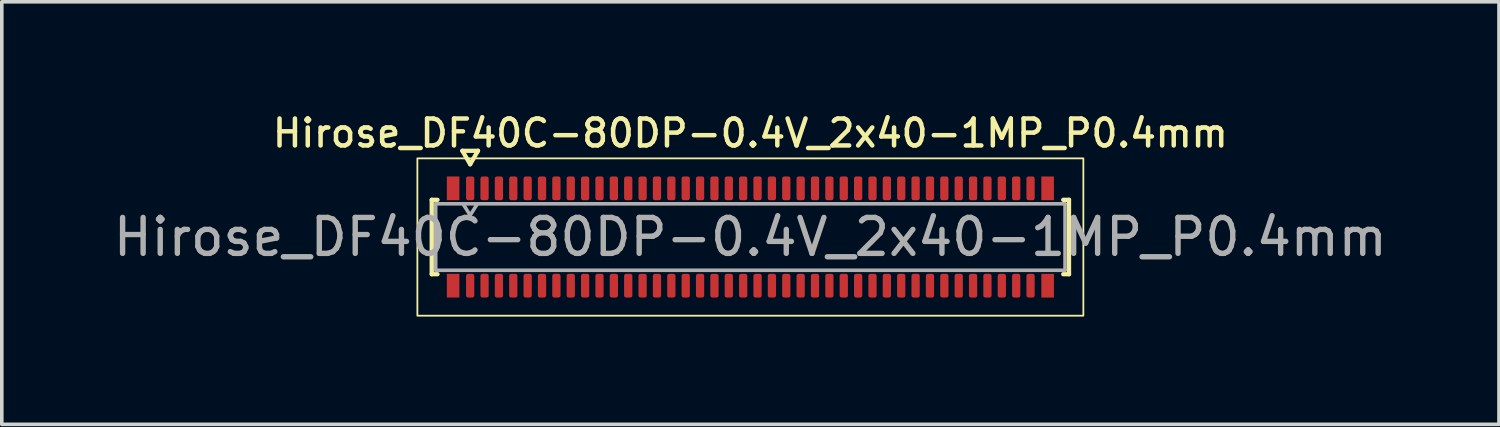
<source format=kicad_pcb>
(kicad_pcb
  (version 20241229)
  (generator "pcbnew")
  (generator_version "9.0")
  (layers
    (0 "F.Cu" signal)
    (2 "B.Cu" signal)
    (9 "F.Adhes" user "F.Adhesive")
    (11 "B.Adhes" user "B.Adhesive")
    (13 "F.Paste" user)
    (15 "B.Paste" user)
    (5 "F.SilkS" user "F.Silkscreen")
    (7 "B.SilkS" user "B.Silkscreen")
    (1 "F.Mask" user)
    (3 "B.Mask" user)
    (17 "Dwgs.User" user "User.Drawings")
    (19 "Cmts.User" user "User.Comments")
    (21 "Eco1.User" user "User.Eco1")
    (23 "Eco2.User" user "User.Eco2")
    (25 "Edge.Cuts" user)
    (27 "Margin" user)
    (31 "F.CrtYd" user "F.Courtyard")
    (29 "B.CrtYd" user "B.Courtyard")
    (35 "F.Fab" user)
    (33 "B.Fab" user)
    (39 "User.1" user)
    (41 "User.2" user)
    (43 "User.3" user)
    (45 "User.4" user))
  (footprint "Hirose_DF40C-80DP-0.4V_2x40-1MP_P0.4mm"
    (layer "F.Cu")
    (at 17.839 3.548)
    (property "Reference" "Hirose_DF40C-80DP-0.4V_2x40-1MP_P0.4mm" (at 0 -2.89 0) (layer "F.SilkS") (effects (font (size 0.75 0.75) (thickness 0.125))))
    (attr smd)
    (fp_line (start -8.87 -1.035) (end -8.71 -1.035) (stroke (width 0.12) (type solid)) (layer "F.SilkS"))
    (fp_line (start -8.87 1.035) (end -8.87 -1.035) (stroke (width 0.12) (type solid)) (layer "F.SilkS"))
    (fp_line (start -8.71 1.035) (end -8.87 1.035) (stroke (width 0.12) (type solid)) (layer "F.SilkS"))
    (fp_line (start -8.017 -2.4) (end -7.8 -2.025) (stroke (width 0.12) (type solid)) (layer "F.SilkS"))
    (fp_line (start -7.8 -2.025) (end -7.583 -2.4) (stroke (width 0.12) (type solid)) (layer "F.SilkS"))
    (fp_line (start -7.583 -2.4) (end -8.017 -2.4) (stroke (width 0.12) (type solid)) (layer "F.SilkS"))
    (fp_line (start 8.71 -1.035) (end 8.87 -1.035) (stroke (width 0.12) (type solid)) (layer "F.SilkS"))
    (fp_line (start 8.87 -1.035) (end 8.87 1.035) (stroke (width 0.12) (type solid)) (layer "F.SilkS"))
    (fp_line (start 8.87 1.035) (end 8.71 1.035) (stroke (width 0.12) (type solid)) (layer "F.SilkS"))
    (fp_rect (start -9.27 -2.19) (end 9.27 2.19) (stroke (width 0.05) (type solid)) (fill no) (layer "F.SilkS"))
    (fp_line (start -8.76 -0.925) (end 8.76 -0.925) (stroke (width 0.1) (type solid)) (layer "F.Fab"))
    (fp_line (start -8.76 0.925) (end -8.76 -0.925) (stroke (width 0.1) (type solid)) (layer "F.Fab"))
    (fp_line (start -8 -0.925) (end -7.8 -0.605) (stroke (width 0.1) (type solid)) (layer "F.Fab"))
    (fp_line (start -7.8 -0.605) (end -7.6 -0.925) (stroke (width 0.1) (type solid)) (layer "F.Fab"))
    (fp_line (start 8.76 -0.925) (end 8.76 0.925) (stroke (width 0.1) (type solid)) (layer "F.Fab"))
    (fp_line (start 8.76 0.925) (end -8.76 0.925) (stroke (width 0.1) (type solid)) (layer "F.Fab"))
    (fp_text user "${REFERENCE}" (at 0 0 0) (layer "F.Fab") (effects (font (size 1 1) (thickness 0.15))))
    (pad "1" smd roundrect (at -7.8 -1.355) (size 0.23 0.66) (layers "F.Cu" "F.Mask" "F.Paste") (roundrect_rratio 0.25))
    (pad "2" smd roundrect (at -7.8 1.355) (size 0.23 0.66) (layers "F.Cu" "F.Mask" "F.Paste") (roundrect_rratio 0.25))
    (pad "3" smd roundrect (at -7.4 -1.355) (size 0.23 0.66) (layers "F.Cu" "F.Mask" "F.Paste") (roundrect_rratio 0.25))
    (pad "4" smd roundrect (at -7.4 1.355) (size 0.23 0.66) (layers "F.Cu" "F.Mask" "F.Paste") (roundrect_rratio 0.25))
    (pad "5" smd roundrect (at -7 -1.355) (size 0.23 0.66) (layers "F.Cu" "F.Mask" "F.Paste") (roundrect_rratio 0.25))
    (pad "6" smd roundrect (at -7 1.355) (size 0.23 0.66) (layers "F.Cu" "F.Mask" "F.Paste") (roundrect_rratio 0.25))
    (pad "7" smd roundrect (at -6.6 -1.355) (size 0.23 0.66) (layers "F.Cu" "F.Mask" "F.Paste") (roundrect_rratio 0.25))
    (pad "8" smd roundrect (at -6.6 1.355) (size 0.23 0.66) (layers "F.Cu" "F.Mask" "F.Paste") (roundrect_rratio 0.25))
    (pad "9" smd roundrect (at -6.2 -1.355) (size 0.23 0.66) (layers "F.Cu" "F.Mask" "F.Paste") (roundrect_rratio 0.25))
    (pad "10" smd roundrect (at -6.2 1.355) (size 0.23 0.66) (layers "F.Cu" "F.Mask" "F.Paste") (roundrect_rratio 0.25))
    (pad "11" smd roundrect (at -5.8 -1.355) (size 0.23 0.66) (layers "F.Cu" "F.Mask" "F.Paste") (roundrect_rratio 0.25))
    (pad "12" smd roundrect (at -5.8 1.355) (size 0.23 0.66) (layers "F.Cu" "F.Mask" "F.Paste") (roundrect_rratio 0.25))
    (pad "13" smd roundrect (at -5.4 -1.355) (size 0.23 0.66) (layers "F.Cu" "F.Mask" "F.Paste") (roundrect_rratio 0.25))
    (pad "14" smd roundrect (at -5.4 1.355) (size 0.23 0.66) (layers "F.Cu" "F.Mask" "F.Paste") (roundrect_rratio 0.25))
    (pad "15" smd roundrect (at -5 -1.355) (size 0.23 0.66) (layers "F.Cu" "F.Mask" "F.Paste") (roundrect_rratio 0.25))
    (pad "16" smd roundrect (at -5 1.355) (size 0.23 0.66) (layers "F.Cu" "F.Mask" "F.Paste") (roundrect_rratio 0.25))
    (pad "17" smd roundrect (at -4.6 -1.355) (size 0.23 0.66) (layers "F.Cu" "F.Mask" "F.Paste") (roundrect_rratio 0.25))
    (pad "18" smd roundrect (at -4.6 1.355) (size 0.23 0.66) (layers "F.Cu" "F.Mask" "F.Paste") (roundrect_rratio 0.25))
    (pad "19" smd roundrect (at -4.2 -1.355) (size 0.23 0.66) (layers "F.Cu" "F.Mask" "F.Paste") (roundrect_rratio 0.25))
    (pad "20" smd roundrect (at -4.2 1.355) (size 0.23 0.66) (layers "F.Cu" "F.Mask" "F.Paste") (roundrect_rratio 0.25))
    (pad "21" smd roundrect (at -3.8 -1.355) (size 0.23 0.66) (layers "F.Cu" "F.Mask" "F.Paste") (roundrect_rratio 0.25))
    (pad "22" smd roundrect (at -3.8 1.355) (size 0.23 0.66) (layers "F.Cu" "F.Mask" "F.Paste") (roundrect_rratio 0.25))
    (pad "23" smd roundrect (at -3.4 -1.355) (size 0.23 0.66) (layers "F.Cu" "F.Mask" "F.Paste") (roundrect_rratio 0.25))
    (pad "24" smd roundrect (at -3.4 1.355) (size 0.23 0.66) (layers "F.Cu" "F.Mask" "F.Paste") (roundrect_rratio 0.25))
    (pad "25" smd roundrect (at -3 -1.355) (size 0.23 0.66) (layers "F.Cu" "F.Mask" "F.Paste") (roundrect_rratio 0.25))
    (pad "26" smd roundrect (at -3 1.355) (size 0.23 0.66) (layers "F.Cu" "F.Mask" "F.Paste") (roundrect_rratio 0.25))
    (pad "27" smd roundrect (at -2.6 -1.355) (size 0.23 0.66) (layers "F.Cu" "F.Mask" "F.Paste") (roundrect_rratio 0.25))
    (pad "28" smd roundrect (at -2.6 1.355) (size 0.23 0.66) (layers "F.Cu" "F.Mask" "F.Paste") (roundrect_rratio 0.25))
    (pad "29" smd roundrect (at -2.2 -1.355) (size 0.23 0.66) (layers "F.Cu" "F.Mask" "F.Paste") (roundrect_rratio 0.25))
    (pad "30" smd roundrect (at -2.2 1.355) (size 0.23 0.66) (layers "F.Cu" "F.Mask" "F.Paste") (roundrect_rratio 0.25))
    (pad "31" smd roundrect (at -1.8 -1.355) (size 0.23 0.66) (layers "F.Cu" "F.Mask" "F.Paste") (roundrect_rratio 0.25))
    (pad "32" smd roundrect (at -1.8 1.355) (size 0.23 0.66) (layers "F.Cu" "F.Mask" "F.Paste") (roundrect_rratio 0.25))
    (pad "33" smd roundrect (at -1.4 -1.355) (size 0.23 0.66) (layers "F.Cu" "F.Mask" "F.Paste") (roundrect_rratio 0.25))
    (pad "34" smd roundrect (at -1.4 1.355) (size 0.23 0.66) (layers "F.Cu" "F.Mask" "F.Paste") (roundrect_rratio 0.25))
    (pad "35" smd roundrect (at -1 -1.355) (size 0.23 0.66) (layers "F.Cu" "F.Mask" "F.Paste") (roundrect_rratio 0.25))
    (pad "36" smd roundrect (at -1 1.355) (size 0.23 0.66) (layers "F.Cu" "F.Mask" "F.Paste") (roundrect_rratio 0.25))
    (pad "37" smd roundrect (at -0.6 -1.355) (size 0.23 0.66) (layers "F.Cu" "F.Mask" "F.Paste") (roundrect_rratio 0.25))
    (pad "38" smd roundrect (at -0.6 1.355) (size 0.23 0.66) (layers "F.Cu" "F.Mask" "F.Paste") (roundrect_rratio 0.25))
    (pad "39" smd roundrect (at -0.2 -1.355) (size 0.23 0.66) (layers "F.Cu" "F.Mask" "F.Paste") (roundrect_rratio 0.25))
    (pad "40" smd roundrect (at -0.2 1.355) (size 0.23 0.66) (layers "F.Cu" "F.Mask" "F.Paste") (roundrect_rratio 0.25))
    (pad "41" smd roundrect (at 0.2 -1.355) (size 0.23 0.66) (layers "F.Cu" "F.Mask" "F.Paste") (roundrect_rratio 0.25))
    (pad "42" smd roundrect (at 0.2 1.355) (size 0.23 0.66) (layers "F.Cu" "F.Mask" "F.Paste") (roundrect_rratio 0.25))
    (pad "43" smd roundrect (at 0.6 -1.355) (size 0.23 0.66) (layers "F.Cu" "F.Mask" "F.Paste") (roundrect_rratio 0.25))
    (pad "44" smd roundrect (at 0.6 1.355) (size 0.23 0.66) (layers "F.Cu" "F.Mask" "F.Paste") (roundrect_rratio 0.25))
    (pad "45" smd roundrect (at 1 -1.355) (size 0.23 0.66) (layers "F.Cu" "F.Mask" "F.Paste") (roundrect_rratio 0.25))
    (pad "46" smd roundrect (at 1 1.355) (size 0.23 0.66) (layers "F.Cu" "F.Mask" "F.Paste") (roundrect_rratio 0.25))
    (pad "47" smd roundrect (at 1.4 -1.355) (size 0.23 0.66) (layers "F.Cu" "F.Mask" "F.Paste") (roundrect_rratio 0.25))
    (pad "48" smd roundrect (at 1.4 1.355) (size 0.23 0.66) (layers "F.Cu" "F.Mask" "F.Paste") (roundrect_rratio 0.25))
    (pad "49" smd roundrect (at 1.8 -1.355) (size 0.23 0.66) (layers "F.Cu" "F.Mask" "F.Paste") (roundrect_rratio 0.25))
    (pad "50" smd roundrect (at 1.8 1.355) (size 0.23 0.66) (layers "F.Cu" "F.Mask" "F.Paste") (roundrect_rratio 0.25))
    (pad "51" smd roundrect (at 2.2 -1.355) (size 0.23 0.66) (layers "F.Cu" "F.Mask" "F.Paste") (roundrect_rratio 0.25))
    (pad "52" smd roundrect (at 2.2 1.355) (size 0.23 0.66) (layers "F.Cu" "F.Mask" "F.Paste") (roundrect_rratio 0.25))
    (pad "53" smd roundrect (at 2.6 -1.355) (size 0.23 0.66) (layers "F.Cu" "F.Mask" "F.Paste") (roundrect_rratio 0.25))
    (pad "54" smd roundrect (at 2.6 1.355) (size 0.23 0.66) (layers "F.Cu" "F.Mask" "F.Paste") (roundrect_rratio 0.25))
    (pad "55" smd roundrect (at 3 -1.355) (size 0.23 0.66) (layers "F.Cu" "F.Mask" "F.Paste") (roundrect_rratio 0.25))
    (pad "56" smd roundrect (at 3 1.355) (size 0.23 0.66) (layers "F.Cu" "F.Mask" "F.Paste") (roundrect_rratio 0.25))
    (pad "57" smd roundrect (at 3.4 -1.355) (size 0.23 0.66) (layers "F.Cu" "F.Mask" "F.Paste") (roundrect_rratio 0.25))
    (pad "58" smd roundrect (at 3.4 1.355) (size 0.23 0.66) (layers "F.Cu" "F.Mask" "F.Paste") (roundrect_rratio 0.25))
    (pad "59" smd roundrect (at 3.8 -1.355) (size 0.23 0.66) (layers "F.Cu" "F.Mask" "F.Paste") (roundrect_rratio 0.25))
    (pad "60" smd roundrect (at 3.8 1.355) (size 0.23 0.66) (layers "F.Cu" "F.Mask" "F.Paste") (roundrect_rratio 0.25))
    (pad "61" smd roundrect (at 4.2 -1.355) (size 0.23 0.66) (layers "F.Cu" "F.Mask" "F.Paste") (roundrect_rratio 0.25))
    (pad "62" smd roundrect (at 4.2 1.355) (size 0.23 0.66) (layers "F.Cu" "F.Mask" "F.Paste") (roundrect_rratio 0.25))
    (pad "63" smd roundrect (at 4.6 -1.355) (size 0.23 0.66) (layers "F.Cu" "F.Mask" "F.Paste") (roundrect_rratio 0.25))
    (pad "64" smd roundrect (at 4.6 1.355) (size 0.23 0.66) (layers "F.Cu" "F.Mask" "F.Paste") (roundrect_rratio 0.25))
    (pad "65" smd roundrect (at 5 -1.355) (size 0.23 0.66) (layers "F.Cu" "F.Mask" "F.Paste") (roundrect_rratio 0.25))
    (pad "66" smd roundrect (at 5 1.355) (size 0.23 0.66) (layers "F.Cu" "F.Mask" "F.Paste") (roundrect_rratio 0.25))
    (pad "67" smd roundrect (at 5.4 -1.355) (size 0.23 0.66) (layers "F.Cu" "F.Mask" "F.Paste") (roundrect_rratio 0.25))
    (pad "68" smd roundrect (at 5.4 1.355) (size 0.23 0.66) (layers "F.Cu" "F.Mask" "F.Paste") (roundrect_rratio 0.25))
    (pad "69" smd roundrect (at 5.8 -1.355) (size 0.23 0.66) (layers "F.Cu" "F.Mask" "F.Paste") (roundrect_rratio 0.25))
    (pad "70" smd roundrect (at 5.8 1.355) (size 0.23 0.66) (layers "F.Cu" "F.Mask" "F.Paste") (roundrect_rratio 0.25))
    (pad "71" smd roundrect (at 6.2 -1.355) (size 0.23 0.66) (layers "F.Cu" "F.Mask" "F.Paste") (roundrect_rratio 0.25))
    (pad "72" smd roundrect (at 6.2 1.355) (size 0.23 0.66) (layers "F.Cu" "F.Mask" "F.Paste") (roundrect_rratio 0.25))
    (pad "73" smd roundrect (at 6.6 -1.355) (size 0.23 0.66) (layers "F.Cu" "F.Mask" "F.Paste") (roundrect_rratio 0.25))
    (pad "74" smd roundrect (at 6.6 1.355) (size 0.23 0.66) (layers "F.Cu" "F.Mask" "F.Paste") (roundrect_rratio 0.25))
    (pad "75" smd roundrect (at 7 -1.355) (size 0.23 0.66) (layers "F.Cu" "F.Mask" "F.Paste") (roundrect_rratio 0.25))
    (pad "76" smd roundrect (at 7 1.355) (size 0.23 0.66) (layers "F.Cu" "F.Mask" "F.Paste") (roundrect_rratio 0.25))
    (pad "77" smd roundrect (at 7.4 -1.355) (size 0.23 0.66) (layers "F.Cu" "F.Mask" "F.Paste") (roundrect_rratio 0.25))
    (pad "78" smd roundrect (at 7.4 1.355) (size 0.23 0.66) (layers "F.Cu" "F.Mask" "F.Paste") (roundrect_rratio 0.25))
    (pad "79" smd roundrect (at 7.8 -1.355) (size 0.23 0.66) (layers "F.Cu" "F.Mask" "F.Paste") (roundrect_rratio 0.25))
    (pad "80" smd roundrect (at 7.8 1.355) (size 0.23 0.66) (layers "F.Cu" "F.Mask" "F.Paste") (roundrect_rratio 0.25))
    (pad "MP" smd rect (at -8.275 -1.355) (size 0.35 0.66) (layers "F.Cu" "F.Mask" "F.Paste"))
    (pad "MP" smd rect (at -8.275 1.355) (size 0.35 0.66) (layers "F.Cu" "F.Mask" "F.Paste"))
    (pad "MP" smd rect (at 8.275 -1.355) (size 0.35 0.66) (layers "F.Cu" "F.Mask" "F.Paste"))
    (pad "MP" smd rect (at 8.275 1.355) (size 0.35 0.66) (layers "F.Cu" "F.Mask" "F.Paste")))
  (gr_rect
    (start -3 -3)
    (end 38.679 8.763)
    (stroke (width 0.1) (type default))
    (fill no)
    (layer "Edge.Cuts")))
</source>
